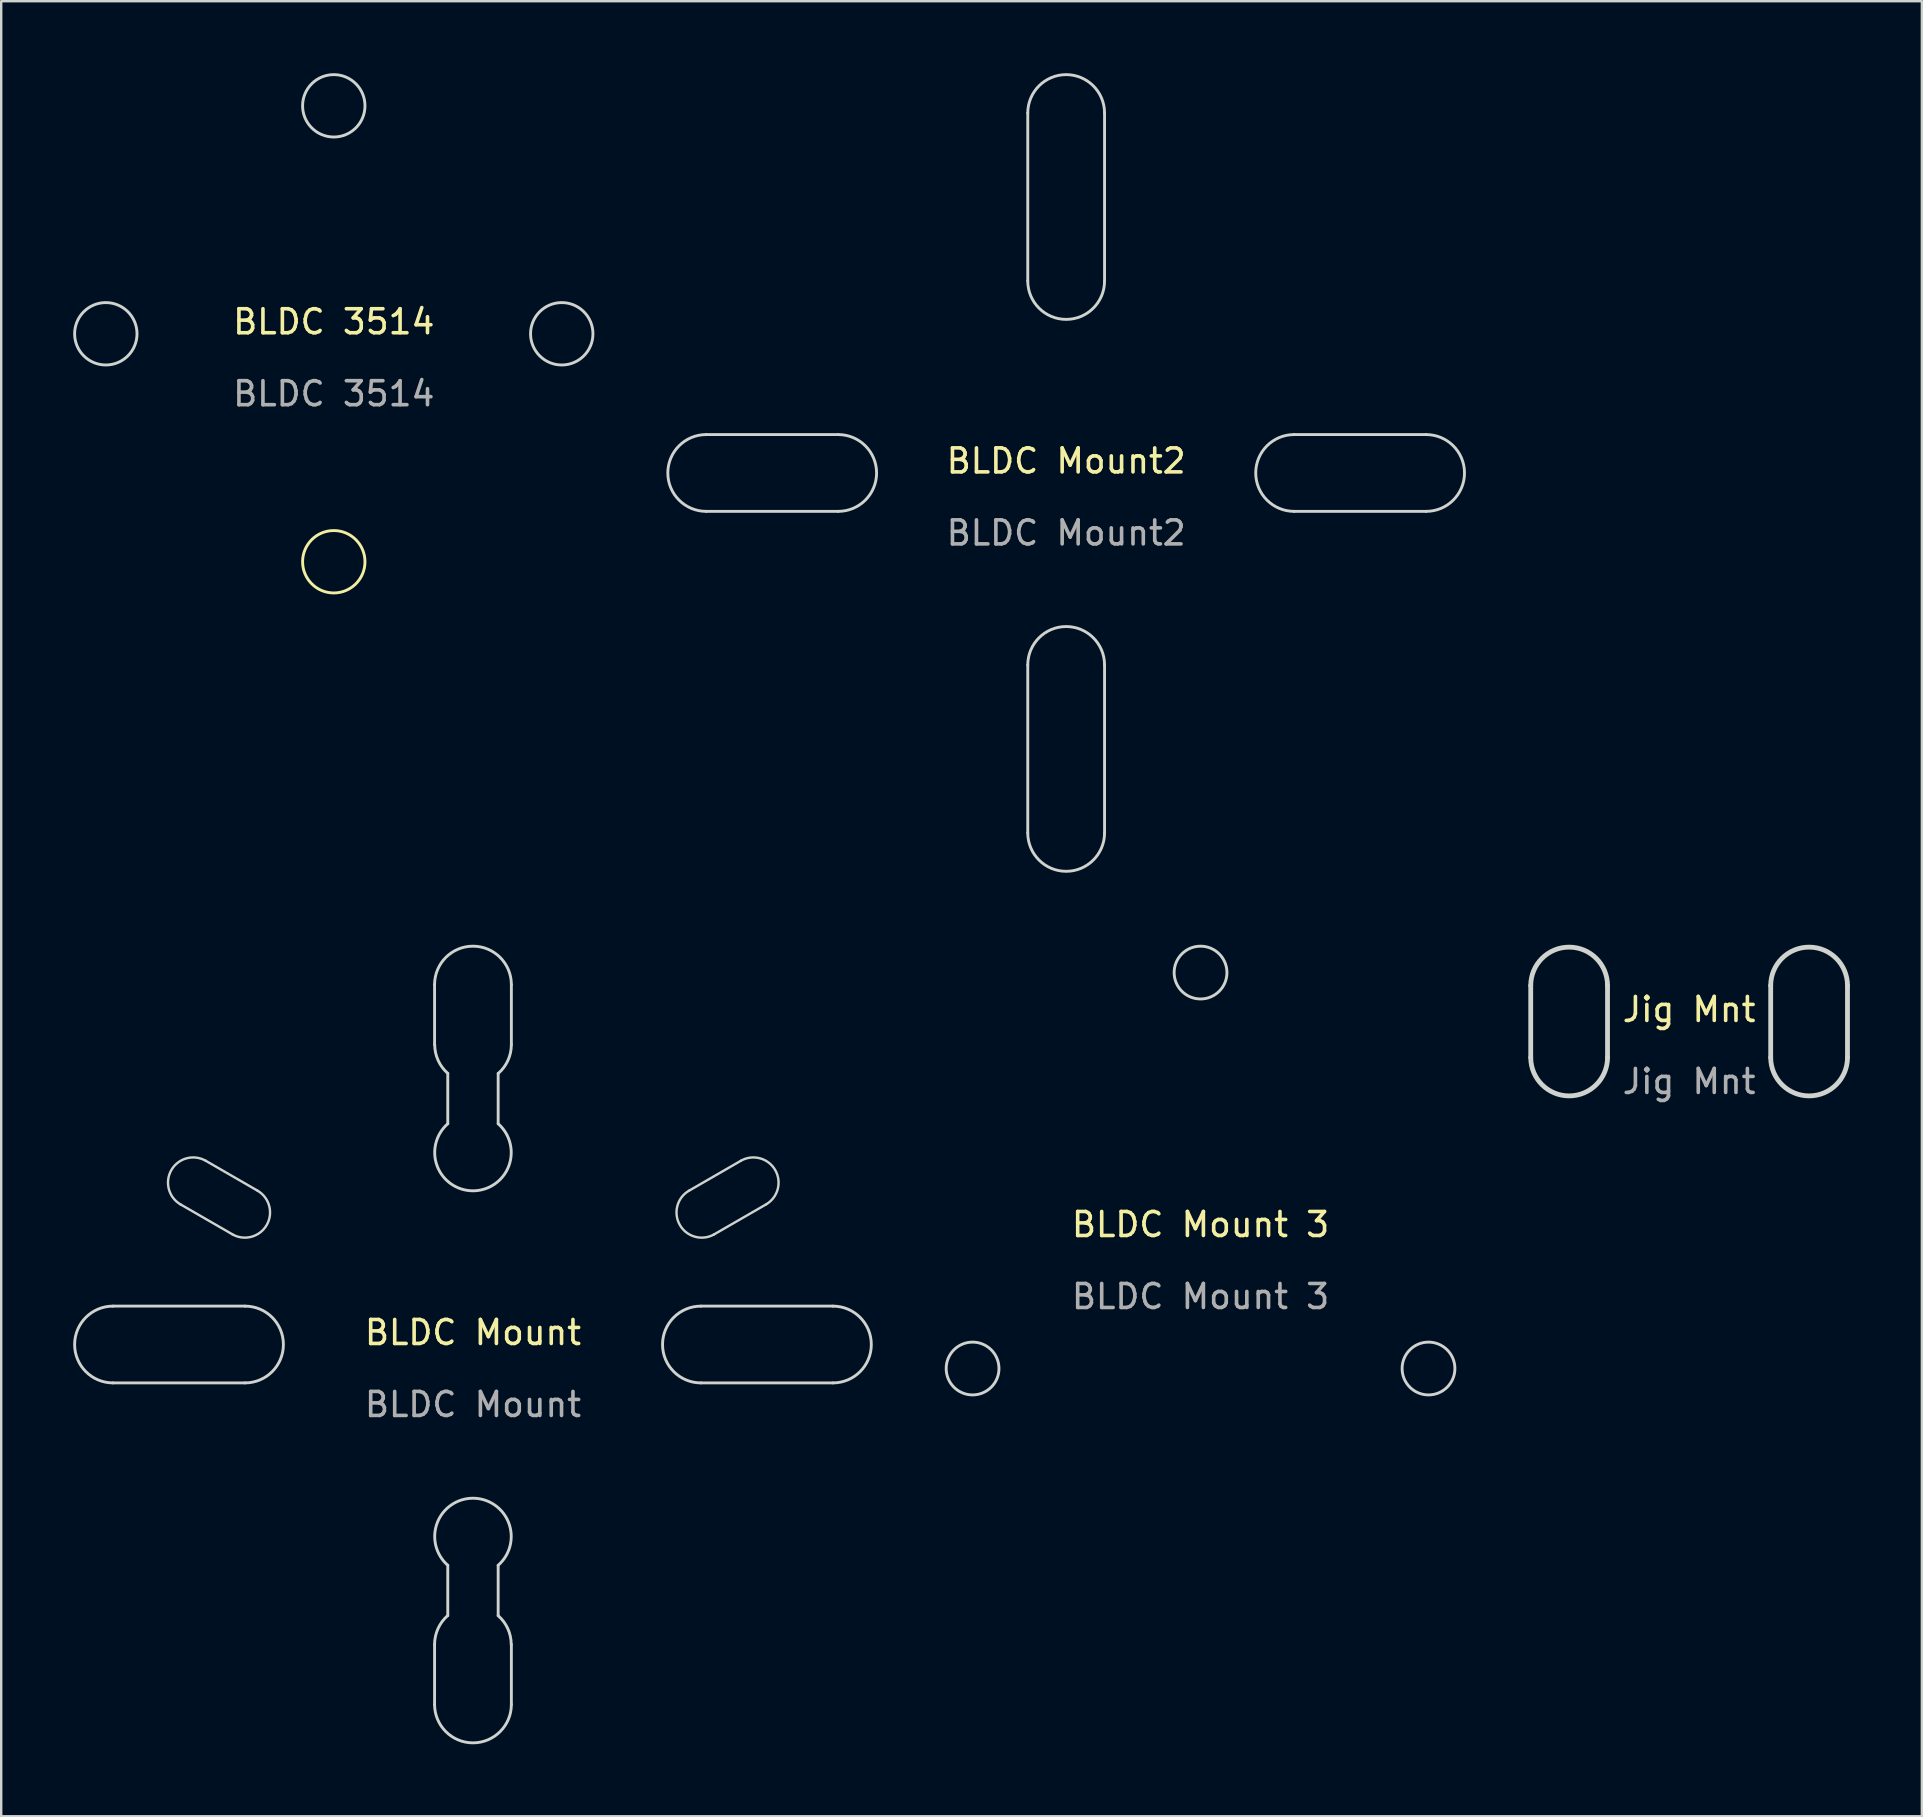
<source format=kicad_pcb>
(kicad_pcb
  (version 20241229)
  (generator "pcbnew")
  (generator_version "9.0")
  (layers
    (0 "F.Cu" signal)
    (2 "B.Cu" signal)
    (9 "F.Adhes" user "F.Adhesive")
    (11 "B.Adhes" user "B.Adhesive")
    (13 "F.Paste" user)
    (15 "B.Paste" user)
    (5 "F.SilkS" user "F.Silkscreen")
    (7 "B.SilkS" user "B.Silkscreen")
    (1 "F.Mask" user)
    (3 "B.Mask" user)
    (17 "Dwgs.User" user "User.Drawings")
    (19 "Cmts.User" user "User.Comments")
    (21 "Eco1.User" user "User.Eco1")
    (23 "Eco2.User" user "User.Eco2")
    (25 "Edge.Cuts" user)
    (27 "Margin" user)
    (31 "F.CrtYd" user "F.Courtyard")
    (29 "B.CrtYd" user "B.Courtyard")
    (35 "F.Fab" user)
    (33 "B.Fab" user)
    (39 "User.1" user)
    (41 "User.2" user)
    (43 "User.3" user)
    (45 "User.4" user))
  (footprint "BLDC Mount"
    (layer "F.Cu")
    (at 16.66 52.98)
    (property "Reference" "BLDC Mount" (at 0 -0.5 0) (unlocked yes) (layer "F.SilkS") (effects (font (size 1 1) (thickness 0.15))))
    (attr through_hole)
    (fp_line (start -15 -1.6) (end -9.5 -1.6) (stroke (width 0.12) (type solid)) (layer "Edge.Cuts"))
    (fp_line (start -12.19 -5.841) (end -10.025 -4.591) (stroke (width 0.1) (type solid)) (layer "Edge.Cuts"))
    (fp_line (start -11.14 -7.659) (end -8.975 -6.409) (stroke (width 0.1) (type solid)) (layer "Edge.Cuts"))
    (fp_line (start -9.5 1.6) (end -15 1.6) (stroke (width 0.12) (type solid)) (layer "Edge.Cuts"))
    (fp_line (start -1.6 -15) (end -1.6 -12.5) (stroke (width 0.12) (type solid)) (layer "Edge.Cuts"))
    (fp_line (start -1.6 12.5) (end -1.6 15) (stroke (width 0.12) (type solid)) (layer "Edge.Cuts"))
    (fp_line (start -1.05 -11.3) (end -1.05 -9.2) (stroke (width 0.12) (type solid)) (layer "Edge.Cuts"))
    (fp_line (start -1.05 11.3) (end -1.05 9.2) (stroke (width 0.12) (type solid)) (layer "Edge.Cuts"))
    (fp_line (start 1.05 -11.3) (end 1.05 -9.2) (stroke (width 0.12) (type solid)) (layer "Edge.Cuts"))
    (fp_line (start 1.05 11.3) (end 1.05 9.2) (stroke (width 0.12) (type solid)) (layer "Edge.Cuts"))
    (fp_line (start 1.6 -12.5) (end 1.6 -15) (stroke (width 0.12) (type solid)) (layer "Edge.Cuts"))
    (fp_line (start 1.6 15) (end 1.6 12.5) (stroke (width 0.12) (type solid)) (layer "Edge.Cuts"))
    (fp_line (start 9.5 -1.6) (end 15 -1.6) (stroke (width 0.12) (type solid)) (layer "Edge.Cuts"))
    (fp_line (start 11.166 -7.659) (end 9.001 -6.409) (stroke (width 0.1) (type solid)) (layer "Edge.Cuts"))
    (fp_line (start 12.216 -5.841) (end 10.051 -4.591) (stroke (width 0.1) (type solid)) (layer "Edge.Cuts"))
    (fp_line (start 15 1.6) (end 9.5 1.6) (stroke (width 0.12) (type solid)) (layer "Edge.Cuts"))
    (fp_arc (start -15 1.6) (mid -16.6 0) (end -15 -1.6) (stroke (width 0.12) (type solid)) (layer "Edge.Cuts"))
    (fp_arc (start -12.190063 -5.840673) (mid -12.57439 -7.275) (end -11.140063 -7.659327) (stroke (width 0.1) (type solid)) (layer "Edge.Cuts"))
    (fp_arc (start -9.5 -1.6) (mid -7.9 0) (end -9.5 1.6) (stroke (width 0.12) (type solid)) (layer "Edge.Cuts"))
    (fp_arc (start -8.975 -6.409327) (mid -8.590673 -4.975) (end -10.025 -4.590673) (stroke (width 0.1) (type solid)) (layer "Edge.Cuts"))
    (fp_arc (start -1.6 -15) (mid 0 -16.6) (end 1.6 -15) (stroke (width 0.12) (type solid)) (layer "Edge.Cuts"))
    (fp_arc (start -1.6 12.5) (mid -1.457013 11.838854) (end -1.053607 11.295877) (stroke (width 0.12) (type solid)) (layer "Edge.Cuts"))
    (fp_arc (start -1.049999 -11.300001) (mid -1.452023 -11.841118) (end -1.594521 -12.5) (stroke (width 0.12) (type solid)) (layer "Edge.Cuts"))
    (fp_arc (start -1.049999 9.199999) (mid 0 6.40548) (end 1.049999 9.199999) (stroke (width 0.12) (type solid)) (layer "Edge.Cuts"))
    (fp_arc (start 1.049999 -9.199999) (mid 0 -6.40548) (end -1.049999 -9.199999) (stroke (width 0.12) (type solid)) (layer "Edge.Cuts"))
    (fp_arc (start 1.049999 11.300001) (mid 1.452023 11.841118) (end 1.594521 12.5) (stroke (width 0.12) (type solid)) (layer "Edge.Cuts"))
    (fp_arc (start 1.6 -12.5) (mid 1.457013 -11.838854) (end 1.053607 -11.295877) (stroke (width 0.12) (type solid)) (layer "Edge.Cuts"))
    (fp_arc (start 1.6 15) (mid 0 16.6) (end -1.6 15) (stroke (width 0.12) (type solid)) (layer "Edge.Cuts"))
    (fp_arc (start 9.5 1.6) (mid 7.9 0) (end 9.5 -1.6) (stroke (width 0.12) (type solid)) (layer "Edge.Cuts"))
    (fp_arc (start 10.05128 -4.590673) (mid 8.616953 -4.975) (end 9.00128 -6.409327) (stroke (width 0.1) (type solid)) (layer "Edge.Cuts"))
    (fp_arc (start 11.166343 -7.659327) (mid 12.60067 -7.275) (end 12.216343 -5.840673) (stroke (width 0.1) (type solid)) (layer "Edge.Cuts"))
    (fp_arc (start 15 -1.6) (mid 16.6 0) (end 15 1.6) (stroke (width 0.12) (type solid)) (layer "Edge.Cuts"))
    (fp_text user "${REFERENCE}" (at 0 2.5 0) (unlocked yes) (layer "F.Fab") (effects (font (size 1 1) (thickness 0.15)))))
  (footprint "BLDC 3514"
    (layer "F.Cu")
    (at 10.86 10.86)
    (property "Reference" "BLDC 3514" (at 0 -0.5 0) (unlocked yes) (layer "F.SilkS") (effects (font (size 1 1) (thickness 0.15))))
    (attr through_hole)
    (fp_circle (center 0 9.5) (end 1.3 9.5) (stroke (width 0.12) (type solid)) (fill no) (layer "F.SilkS"))
    (fp_circle (center -9.5 0) (end -9.5 -1.3) (stroke (width 0.12) (type solid)) (fill no) (layer "Edge.Cuts"))
    (fp_circle (center 0 -9.5) (end 0 -10.8) (stroke (width 0.12) (type solid)) (fill no) (layer "Edge.Cuts"))
    (fp_circle (center 9.5 0) (end 9.5 -1.3) (stroke (width 0.12) (type solid)) (fill no) (layer "Edge.Cuts"))
    (fp_text user "${REFERENCE}" (at 0 2.5 0) (unlocked yes) (layer "F.Fab") (effects (font (size 1 1) (thickness 0.15)))))
  (footprint "BLDC Mount2"
    (layer "F.Cu")
    (at 41.38 16.66)
    (property "Reference" "BLDC Mount2" (at 0 -0.5 0) (unlocked yes) (layer "F.SilkS") (effects (font (size 1 1) (thickness 0.15))))
    (attr through_hole)
    (fp_line (start -15 -1.6) (end -9.5 -1.6) (stroke (width 0.12) (type solid)) (layer "Edge.Cuts"))
    (fp_line (start -9.5 1.6) (end -15 1.6) (stroke (width 0.12) (type solid)) (layer "Edge.Cuts"))
    (fp_line (start -1.6 -15) (end -1.6 -8) (stroke (width 0.12) (type solid)) (layer "Edge.Cuts"))
    (fp_line (start -1.6 8) (end -1.6 15) (stroke (width 0.12) (type solid)) (layer "Edge.Cuts"))
    (fp_line (start 1.6 -8) (end 1.6 -15) (stroke (width 0.12) (type solid)) (layer "Edge.Cuts"))
    (fp_line (start 1.6 15) (end 1.6 8) (stroke (width 0.12) (type solid)) (layer "Edge.Cuts"))
    (fp_line (start 9.5 -1.6) (end 15 -1.6) (stroke (width 0.12) (type solid)) (layer "Edge.Cuts"))
    (fp_line (start 15 1.6) (end 9.5 1.6) (stroke (width 0.12) (type solid)) (layer "Edge.Cuts"))
    (fp_arc (start -15 1.6) (mid -16.6 0) (end -15 -1.6) (stroke (width 0.12) (type solid)) (layer "Edge.Cuts"))
    (fp_arc (start -9.5 -1.6) (mid -7.9 0) (end -9.5 1.6) (stroke (width 0.12) (type solid)) (layer "Edge.Cuts"))
    (fp_arc (start -1.6 -15) (mid 0 -16.6) (end 1.6 -15) (stroke (width 0.12) (type solid)) (layer "Edge.Cuts"))
    (fp_arc (start -1.6 8) (mid 0 6.4) (end 1.6 8) (stroke (width 0.12) (type solid)) (layer "Edge.Cuts"))
    (fp_arc (start 1.6 -8) (mid 0 -6.4) (end -1.6 -8) (stroke (width 0.12) (type solid)) (layer "Edge.Cuts"))
    (fp_arc (start 1.6 15) (mid 0 16.6) (end -1.6 15) (stroke (width 0.12) (type solid)) (layer "Edge.Cuts"))
    (fp_arc (start 9.5 1.6) (mid 7.9 0) (end 9.5 -1.6) (stroke (width 0.12) (type solid)) (layer "Edge.Cuts"))
    (fp_arc (start 15 -1.6) (mid 16.6 0) (end 15 1.6) (stroke (width 0.12) (type solid)) (layer "Edge.Cuts"))
    (fp_text user "${REFERENCE}" (at 0 2.5 0) (unlocked yes) (layer "F.Fab") (effects (font (size 1 1) (thickness 0.15)))))
  (footprint "Jig Mnt"
    (layer "F.Cu")
    (at 67.34 39.519)
    (property "Reference" "Jig Mnt" (at 0 -0.5 0) (unlocked yes) (layer "F.SilkS") (effects (font (size 1 1) (thickness 0.15))))
    (attr through_hole)
    (fp_line (start -6.6 -1.499) (end -6.6 1.501) (stroke (width 0.2) (type solid)) (layer "Edge.Cuts"))
    (fp_line (start -3.4 1.5) (end -3.4 -1.499) (stroke (width 0.2) (type solid)) (layer "Edge.Cuts"))
    (fp_line (start 3.4 -1.499) (end 3.4 1.5) (stroke (width 0.2) (type solid)) (layer "Edge.Cuts"))
    (fp_line (start 6.6 1.501) (end 6.6 -1.499) (stroke (width 0.2) (type solid)) (layer "Edge.Cuts"))
    (fp_arc (start -6.6 -1.499382) (mid -5 -3.099382) (end -3.4 -1.499382) (stroke (width 0.2) (type solid)) (layer "Edge.Cuts"))
    (fp_arc (start -3.4 1.5) (mid -4.999691 3.100309) (end -6.6 1.500618) (stroke (width 0.2) (type solid)) (layer "Edge.Cuts"))
    (fp_arc (start 3.4 -1.499382) (mid 5 -3.099382) (end 6.6 -1.499382) (stroke (width 0.2) (type solid)) (layer "Edge.Cuts"))
    (fp_arc (start 6.6 1.500618) (mid 4.999691 3.100309) (end 3.4 1.5) (stroke (width 0.2) (type solid)) (layer "Edge.Cuts"))
    (fp_text user "${REFERENCE}" (at 0 2.5 0) (unlocked yes) (layer "F.Fab") (effects (font (size 1 1) (thickness 0.15)))))
  (footprint "BLDC Mount 3"
    (layer "F.Cu")
    (at 46.98 48.48)
    (property "Reference" "BLDC Mount 3" (at 0 -0.5 0) (unlocked yes) (layer "F.SilkS") (effects (font (size 1 1) (thickness 0.15))))
    (attr smd)
    (fp_circle (center -9.5 5.5) (end -9.5 4.4) (stroke (width 0.12) (type solid)) (fill no) (layer "Edge.Cuts"))
    (fp_circle (center 0 -11) (end 0 -9.9) (stroke (width 0.12) (type solid)) (fill no) (layer "Edge.Cuts"))
    (fp_circle (center 9.5 5.5) (end 9.5 4.4) (stroke (width 0.12) (type solid)) (fill no) (layer "Edge.Cuts"))
    (fp_text user "${REFERENCE}" (at 0 2.5 0) (unlocked yes) (layer "F.Fab") (effects (font (size 1 1) (thickness 0.15)))))
  (gr_rect
    (start -3 -3)
    (end 77.04 72.64)
    (stroke (width 0.1) (type default))
    (fill no)
    (layer "Edge.Cuts")))
</source>
